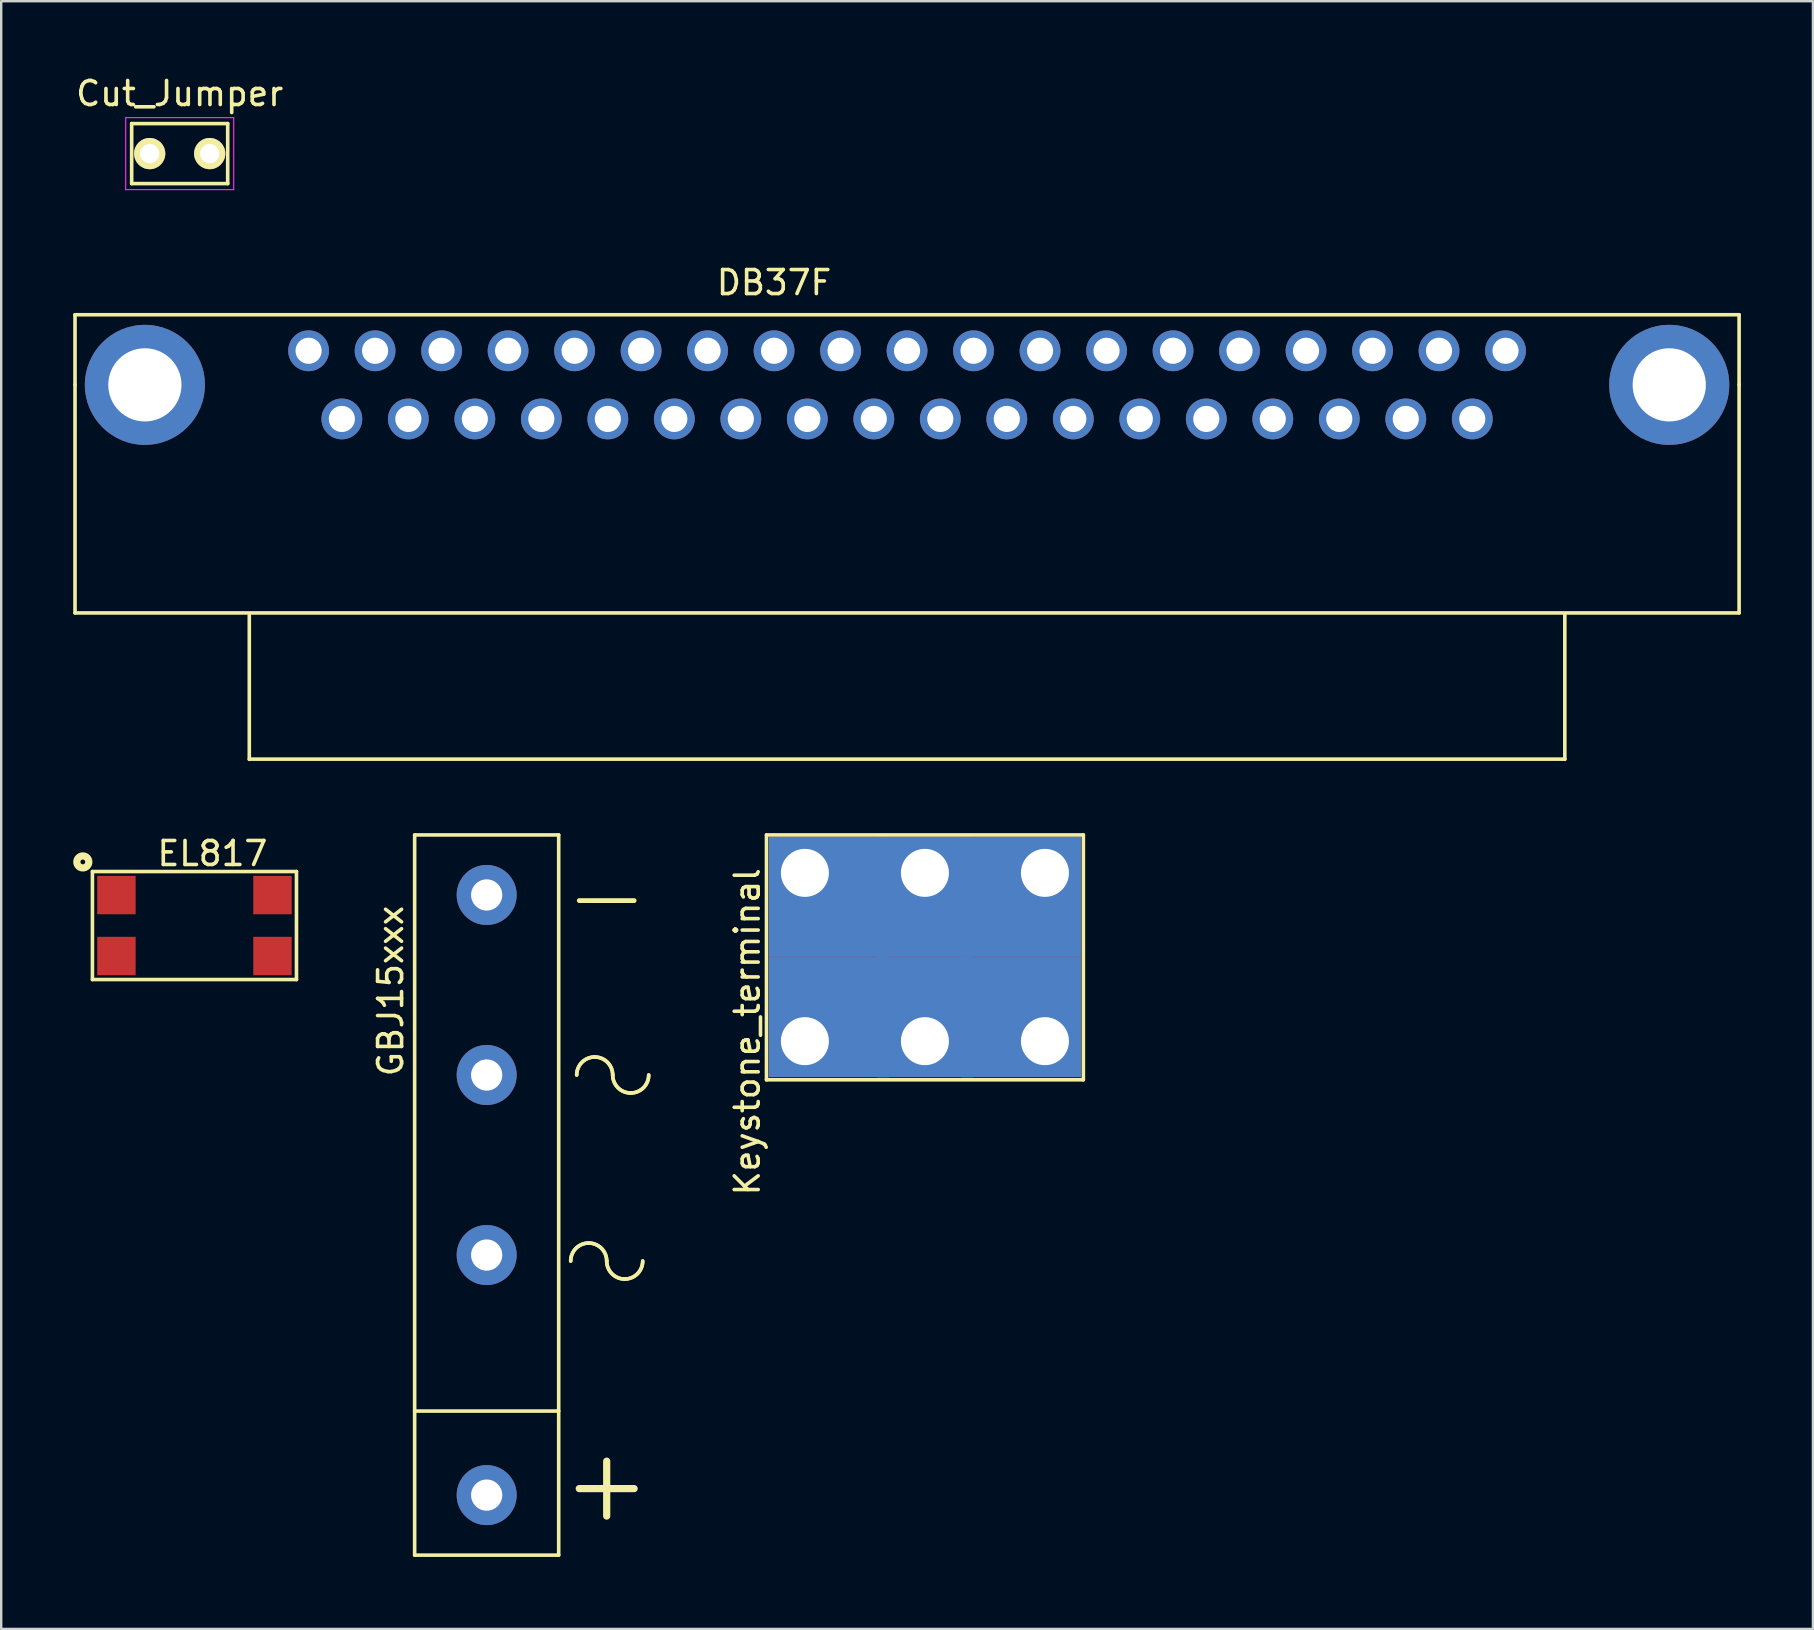
<source format=kicad_pcb>
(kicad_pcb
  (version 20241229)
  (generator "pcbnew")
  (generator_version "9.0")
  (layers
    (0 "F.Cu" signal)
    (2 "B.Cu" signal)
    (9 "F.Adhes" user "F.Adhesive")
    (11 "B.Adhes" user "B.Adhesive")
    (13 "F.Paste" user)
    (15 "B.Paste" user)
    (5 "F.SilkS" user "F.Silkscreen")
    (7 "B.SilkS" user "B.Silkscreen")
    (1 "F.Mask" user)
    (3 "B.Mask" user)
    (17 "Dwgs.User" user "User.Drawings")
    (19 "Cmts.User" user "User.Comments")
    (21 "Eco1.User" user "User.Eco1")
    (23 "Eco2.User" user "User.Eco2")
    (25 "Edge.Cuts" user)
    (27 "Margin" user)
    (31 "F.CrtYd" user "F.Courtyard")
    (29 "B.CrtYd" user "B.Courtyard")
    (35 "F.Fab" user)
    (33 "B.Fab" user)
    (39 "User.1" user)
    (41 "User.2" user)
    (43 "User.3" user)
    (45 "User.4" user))
  (footprint "GBJ15xxx"
    (layer "F.Cu")
    (at 17.223 49.231)
    (property "Reference" "GBJ15xxx" (at -4 -11 90) (layer "F.SilkS") (effects (font (size 1 1) (thickness 0.15))))
    (attr through_hole)
    (fp_line (start -3 -17.5) (end -3 12.5) (stroke (width 0.15) (type solid)) (layer "F.SilkS"))
    (fp_line (start -3 -17.5) (end 3 -17.5) (stroke (width 0.15) (type solid)) (layer "F.SilkS"))
    (fp_line (start -3 6.5) (end 3 6.5) (stroke (width 0.15) (type solid)) (layer "F.SilkS"))
    (fp_line (start -3 12.5) (end 3 12.5) (stroke (width 0.15) (type solid)) (layer "F.SilkS"))
    (fp_line (start 3 12.5) (end 3 -17.5) (stroke (width 0.15) (type solid)) (layer "F.SilkS"))
    (fp_arc (start 3.5 0.25) (mid 3.71967 -0.28033) (end 4.25 -0.5) (stroke (width 0.15) (type solid)) (layer "F.SilkS"))
    (fp_arc (start 3.5 0.25) (mid 3.71967 -0.28033) (end 4.25 -0.5) (stroke (width 0.15) (type solid)) (layer "F.SilkS"))
    (fp_arc (start 3.75 -7.5) (mid 3.96967 -8.03033) (end 4.5 -8.25) (stroke (width 0.15) (type solid)) (layer "F.SilkS"))
    (fp_arc (start 3.75 -7.5) (mid 3.96967 -8.03033) (end 4.5 -8.25) (stroke (width 0.15) (type solid)) (layer "F.SilkS"))
    (fp_arc (start 4.25 -0.5) (mid 4.78033 -0.28033) (end 5 0.25) (stroke (width 0.15) (type solid)) (layer "F.SilkS"))
    (fp_arc (start 4.25 -0.5) (mid 4.78033 -0.28033) (end 5 0.25) (stroke (width 0.15) (type solid)) (layer "F.SilkS"))
    (fp_arc (start 4.5 -8.25) (mid 5.03033 -8.03033) (end 5.25 -7.5) (stroke (width 0.15) (type solid)) (layer "F.SilkS"))
    (fp_arc (start 4.5 -8.25) (mid 5.03033 -8.03033) (end 5.25 -7.5) (stroke (width 0.15) (type solid)) (layer "F.SilkS"))
    (fp_arc (start 5.75 1) (mid 5.21967 0.78033) (end 5 0.25) (stroke (width 0.15) (type solid)) (layer "F.SilkS"))
    (fp_arc (start 5.75 1) (mid 5.21967 0.78033) (end 5 0.25) (stroke (width 0.15) (type solid)) (layer "F.SilkS"))
    (fp_arc (start 6 -6.75) (mid 5.46967 -6.96967) (end 5.25 -7.5) (stroke (width 0.15) (type solid)) (layer "F.SilkS"))
    (fp_arc (start 6 -6.75) (mid 5.46967 -6.96967) (end 5.25 -7.5) (stroke (width 0.15) (type solid)) (layer "F.SilkS"))
    (fp_arc (start 6.5 0.25) (mid 6.28033 0.78033) (end 5.75 1) (stroke (width 0.15) (type solid)) (layer "F.SilkS"))
    (fp_arc (start 6.5 0.25) (mid 6.28033 0.78033) (end 5.75 1) (stroke (width 0.15) (type solid)) (layer "F.SilkS"))
    (fp_arc (start 6.75 -7.5) (mid 6.53033 -6.96967) (end 6 -6.75) (stroke (width 0.15) (type solid)) (layer "F.SilkS"))
    (fp_arc (start 6.75 -7.5) (mid 6.53033 -6.96967) (end 6 -6.75) (stroke (width 0.15) (type solid)) (layer "F.SilkS"))
    (fp_text user "-" (at 5 -15 0) (layer "F.SilkS") (effects (font (size 3 3) (thickness 0.2))))
    (fp_text user "+" (at 5 9.5 0) (layer "F.SilkS") (effects (font (size 3 3) (thickness 0.3))))
    (pad "1" thru_hole circle (at 0 -15) (size 2.5 2.5) (drill 1.3) (layers "*.Cu" "*.Mask"))
    (pad "2" thru_hole circle (at 0 -7.5) (size 2.5 2.5) (drill 1.3) (layers "*.Cu" "*.Mask"))
    (pad "3" thru_hole circle (at 0 10) (size 2.5 2.5) (drill 1.3) (layers "*.Cu" "*.Mask"))
    (pad "4" thru_hole circle (at 0 0) (size 2.5 2.5) (drill 1.3) (layers "*.Cu" "*.Mask")))
  (footprint "DB37F"
    (layer "F.Cu")
    (at 34.735 12.982)
    (property "Reference" "DB37F" (at -5.54 -4.26 0) (layer "F.SilkS") (effects (font (size 1 1) (thickness 0.15))))
    (attr through_hole)
    (fp_line (start -34.66 -2.92) (end -34.66 0) (stroke (width 0.15) (type solid)) (layer "F.SilkS"))
    (fp_line (start -34.66 9.5) (end -34.66 0) (stroke (width 0.15) (type solid)) (layer "F.SilkS"))
    (fp_line (start -34.66 9.5) (end 34.66 9.5) (stroke (width 0.15) (type solid)) (layer "F.SilkS"))
    (fp_line (start -27.4 15.59) (end 27.4 15.59) (stroke (width 0.15) (type solid)) (layer "F.SilkS"))
    (fp_line (start -27.4 15.6) (end -27.4 9.6) (stroke (width 0.15) (type solid)) (layer "F.SilkS"))
    (fp_line (start 27.4 15.6) (end 27.4 9.6) (stroke (width 0.15) (type solid)) (layer "F.SilkS"))
    (fp_line (start 34.66 -2.92) (end -34.66 -2.92) (stroke (width 0.15) (type solid)) (layer "F.SilkS"))
    (fp_line (start 34.66 0) (end 34.66 -2.92) (stroke (width 0.15) (type solid)) (layer "F.SilkS"))
    (fp_line (start 34.66 9.5) (end 34.66 0) (stroke (width 0.15) (type solid)) (layer "F.SilkS"))
    (pad "1" thru_hole circle (at -24.93 -1.42) (size 1.7 1.7) (drill 1.09) (layers "*.Cu" "*.Mask"))
    (pad "2" thru_hole circle (at -22.16 -1.42) (size 1.7 1.7) (drill 1.09) (layers "*.Cu" "*.Mask"))
    (pad "3" thru_hole circle (at -19.39 -1.42) (size 1.7 1.7) (drill 1.09) (layers "*.Cu" "*.Mask"))
    (pad "4" thru_hole circle (at -16.62 -1.42) (size 1.7 1.7) (drill 1.09) (layers "*.Cu" "*.Mask"))
    (pad "5" thru_hole circle (at -13.85 -1.42) (size 1.7 1.7) (drill 1.09) (layers "*.Cu" "*.Mask"))
    (pad "6" thru_hole circle (at -11.08 -1.42) (size 1.7 1.7) (drill 1.09) (layers "*.Cu" "*.Mask"))
    (pad "7" thru_hole circle (at -8.31 -1.42) (size 1.7 1.7) (drill 1.09) (layers "*.Cu" "*.Mask"))
    (pad "8" thru_hole circle (at -5.54 -1.42) (size 1.7 1.7) (drill 1.09) (layers "*.Cu" "*.Mask"))
    (pad "9" thru_hole circle (at -2.77 -1.42) (size 1.7 1.7) (drill 1.09) (layers "*.Cu" "*.Mask"))
    (pad "10" thru_hole circle (at 0 -1.42) (size 1.7 1.7) (drill 1.09) (layers "*.Cu" "*.Mask"))
    (pad "11" thru_hole circle (at 2.77 -1.42) (size 1.7 1.7) (drill 1.09) (layers "*.Cu" "*.Mask"))
    (pad "12" thru_hole circle (at 5.54 -1.42) (size 1.7 1.7) (drill 1.09) (layers "*.Cu" "*.Mask"))
    (pad "13" thru_hole circle (at 8.31 -1.42) (size 1.7 1.7) (drill 1.09) (layers "*.Cu" "*.Mask"))
    (pad "14" thru_hole circle (at 11.08 -1.42) (size 1.7 1.7) (drill 1.09) (layers "*.Cu" "*.Mask"))
    (pad "15" thru_hole circle (at 13.85 -1.42) (size 1.7 1.7) (drill 1.09) (layers "*.Cu" "*.Mask"))
    (pad "16" thru_hole circle (at 16.62 -1.42) (size 1.7 1.7) (drill 1.09) (layers "*.Cu" "*.Mask"))
    (pad "17" thru_hole circle (at 19.39 -1.42) (size 1.7 1.7) (drill 1.09) (layers "*.Cu" "*.Mask"))
    (pad "18" thru_hole circle (at 22.16 -1.42) (size 1.7 1.7) (drill 1.09) (layers "*.Cu" "*.Mask"))
    (pad "19" thru_hole circle (at 24.93 -1.42) (size 1.7 1.7) (drill 1.09) (layers "*.Cu" "*.Mask"))
    (pad "20" thru_hole circle (at -23.545 1.42) (size 1.7 1.7) (drill 1.09) (layers "*.Cu" "*.Mask"))
    (pad "21" thru_hole circle (at -20.775 1.42) (size 1.7 1.7) (drill 1.09) (layers "*.Cu" "*.Mask"))
    (pad "22" thru_hole circle (at -18.005 1.42) (size 1.7 1.7) (drill 1.09) (layers "*.Cu" "*.Mask"))
    (pad "23" thru_hole circle (at -15.235 1.42) (size 1.7 1.7) (drill 1.09) (layers "*.Cu" "*.Mask"))
    (pad "24" thru_hole circle (at -12.465 1.42) (size 1.7 1.7) (drill 1.09) (layers "*.Cu" "*.Mask"))
    (pad "25" thru_hole circle (at -9.695 1.42) (size 1.7 1.7) (drill 1.09) (layers "*.Cu" "*.Mask"))
    (pad "26" thru_hole circle (at -6.925 1.42) (size 1.7 1.7) (drill 1.09) (layers "*.Cu" "*.Mask"))
    (pad "27" thru_hole circle (at -4.155 1.42) (size 1.7 1.7) (drill 1.09) (layers "*.Cu" "*.Mask"))
    (pad "28" thru_hole circle (at -1.385 1.42) (size 1.7 1.7) (drill 1.09) (layers "*.Cu" "*.Mask"))
    (pad "29" thru_hole circle (at 1.385 1.42) (size 1.7 1.7) (drill 1.09) (layers "*.Cu" "*.Mask"))
    (pad "30" thru_hole circle (at 4.155 1.42) (size 1.7 1.7) (drill 1.09) (layers "*.Cu" "*.Mask"))
    (pad "31" thru_hole circle (at 6.925 1.42) (size 1.7 1.7) (drill 1.09) (layers "*.Cu" "*.Mask"))
    (pad "32" thru_hole circle (at 9.695 1.42) (size 1.7 1.7) (drill 1.09) (layers "*.Cu" "*.Mask"))
    (pad "33" thru_hole circle (at 12.465 1.42) (size 1.7 1.7) (drill 1.09) (layers "*.Cu" "*.Mask"))
    (pad "34" thru_hole circle (at 15.235 1.42) (size 1.7 1.7) (drill 1.09) (layers "*.Cu" "*.Mask"))
    (pad "35" thru_hole circle (at 18.005 1.42) (size 1.7 1.7) (drill 1.09) (layers "*.Cu" "*.Mask"))
    (pad "36" thru_hole circle (at 20.775 1.42) (size 1.7 1.7) (drill 1.09) (layers "*.Cu" "*.Mask"))
    (pad "37" thru_hole circle (at 23.545 1.42) (size 1.7 1.7) (drill 1.09) (layers "*.Cu" "*.Mask"))
    (pad "38" thru_hole circle (at 31.75 0) (size 5 5) (drill 3.05) (layers "*.Cu" "*.Mask"))
    (pad "39" thru_hole circle (at -31.75 0) (size 5 5) (drill 3.05) (layers "*.Cu" "*.Mask")))
  (footprint "Keystone_terminal"
    (layer "F.Cu")
    (at 35.479 36.731)
    (property "Reference" "Keystone_terminal" (at -7.4 3.2 90) (layer "F.SilkS") (effects (font (size 1 1) (thickness 0.15))))
    (attr through_hole)
    (fp_line (start -6.6 -5) (end 6.6 -5) (stroke (width 0.15) (type solid)) (layer "F.SilkS"))
    (fp_line (start -6.6 5.2) (end -6.6 -5) (stroke (width 0.15) (type solid)) (layer "F.SilkS"))
    (fp_line (start 6.6 -5) (end 6.6 5.2) (stroke (width 0.15) (type solid)) (layer "F.SilkS"))
    (fp_line (start 6.6 5.2) (end -6.6 5.2) (stroke (width 0.15) (type solid)) (layer "F.SilkS"))
    (pad "1" thru_hole rect (at -5 -3.42) (size 5 5) (drill 2 (offset 1 1)) (layers "*.Cu" "*.Mask"))
    (pad "1" thru_hole rect (at -5 3.59) (size 5 5) (drill 2 (offset 1 -1)) (layers "*.Cu" "*.Mask"))
    (pad "1" thru_hole rect (at 0 -3.42) (size 4 5) (drill 2 (offset 0 1)) (layers "*.Cu" "*.Mask"))
    (pad "1" thru_hole rect (at 0 3.59) (size 4 5) (drill 2 (offset 0 -1)) (layers "*.Cu" "*.Mask"))
    (pad "1" thru_hole rect (at 5 -3.42) (size 5 5) (drill 2 (offset -1 1)) (layers "*.Cu" "*.Mask"))
    (pad "1" thru_hole rect (at 5 3.59) (size 5 5) (drill 2 (offset -1 -1)) (layers "*.Cu" "*.Mask")))
  (footprint "Cut_Jumper"
    (layer "F.Cu")
    (at 3.185 3.348)
    (property "Reference" "Cut_Jumper" (at 1.25 -2.5 0) (layer "F.SilkS") (effects (font (size 1 1) (thickness 0.15))))
    (attr through_hole)
    (fp_line (start -0.75 -1.25) (end -0.75 1.25) (stroke (width 0.15) (type solid)) (layer "F.SilkS"))
    (fp_line (start -0.75 -1.25) (end 3.25 -1.25) (stroke (width 0.15) (type solid)) (layer "F.SilkS"))
    (fp_line (start -0.75 1.25) (end 3.25 1.25) (stroke (width 0.15) (type solid)) (layer "F.SilkS"))
    (fp_line (start 3.25 -1.25) (end 3.25 1.25) (stroke (width 0.15) (type solid)) (layer "F.SilkS"))
    (fp_line (start -1 -1.5) (end 3.5 -1.5) (stroke (width 0.05) (type solid)) (layer "F.CrtYd"))
    (fp_line (start -1 1.5) (end -1 -1.5) (stroke (width 0.05) (type solid)) (layer "F.CrtYd"))
    (fp_line (start 3.5 -1.5) (end 3.5 1.5) (stroke (width 0.05) (type solid)) (layer "F.CrtYd"))
    (fp_line (start 3.5 1.5) (end -1 1.5) (stroke (width 0.05) (type solid)) (layer "F.CrtYd"))
    (pad "1" thru_hole circle (at 0 0) (size 1.3 1.3) (drill 0.8) (layers "*.Cu" "*.Mask" "F.SilkS"))
    (pad "2" thru_hole circle (at 2.5 0) (size 1.3 1.3) (drill 0.8) (layers "*.Cu" "*.Mask" "F.SilkS")))
  (footprint "EL817"
    (layer "F.Cu")
    (at 5.05 35.505)
    (property "Reference" "EL817" (at 0.75 -3 180) (layer "F.SilkS") (effects (font (size 1 1) (thickness 0.15))))
    (attr smd)
    (fp_line (start -4.25 -2.25) (end -4.25 2.25) (stroke (width 0.15) (type solid)) (layer "F.SilkS"))
    (fp_line (start -4.25 -2.25) (end 4.25 -2.25) (stroke (width 0.15) (type solid)) (layer "F.SilkS"))
    (fp_line (start -4.25 2.25) (end 4.25 2.25) (stroke (width 0.15) (type solid)) (layer "F.SilkS"))
    (fp_line (start 4.25 -2.25) (end 4.25 2.25) (stroke (width 0.15) (type solid)) (layer "F.SilkS"))
    (fp_circle (center -4.65 -2.65) (end -4.65 -2.4) (stroke (width 0.3) (type solid)) (fill no) (layer "F.SilkS"))
    (pad "1" smd rect (at -3.25 -1.27) (size 1.6 1.6) (layers "F.Cu" "F.Mask"))
    (pad "2" smd rect (at -3.25 1.27) (size 1.6 1.6) (layers "F.Cu" "F.Mask"))
    (pad "3" smd rect (at 3.25 1.27) (size 1.6 1.6) (layers "F.Cu" "F.Mask"))
    (pad "4" smd rect (at 3.25 -1.27) (size 1.6 1.6) (layers "F.Cu" "F.Mask")))
  (gr_rect
    (start -3 -3)
    (end 72.47 64.806)
    (stroke (width 0.1) (type default))
    (fill no)
    (layer "Edge.Cuts")))
</source>
